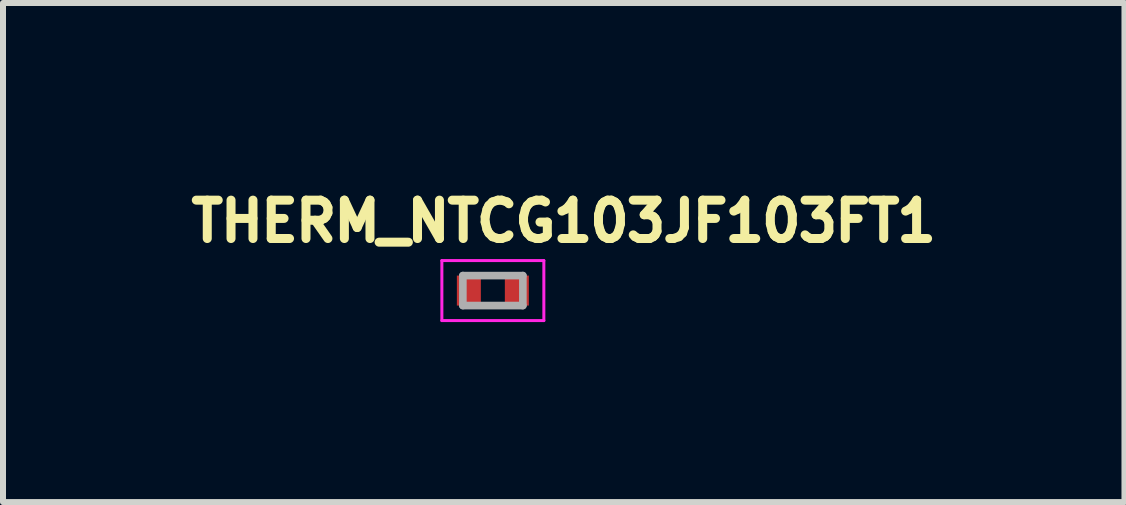
<source format=kicad_pcb>
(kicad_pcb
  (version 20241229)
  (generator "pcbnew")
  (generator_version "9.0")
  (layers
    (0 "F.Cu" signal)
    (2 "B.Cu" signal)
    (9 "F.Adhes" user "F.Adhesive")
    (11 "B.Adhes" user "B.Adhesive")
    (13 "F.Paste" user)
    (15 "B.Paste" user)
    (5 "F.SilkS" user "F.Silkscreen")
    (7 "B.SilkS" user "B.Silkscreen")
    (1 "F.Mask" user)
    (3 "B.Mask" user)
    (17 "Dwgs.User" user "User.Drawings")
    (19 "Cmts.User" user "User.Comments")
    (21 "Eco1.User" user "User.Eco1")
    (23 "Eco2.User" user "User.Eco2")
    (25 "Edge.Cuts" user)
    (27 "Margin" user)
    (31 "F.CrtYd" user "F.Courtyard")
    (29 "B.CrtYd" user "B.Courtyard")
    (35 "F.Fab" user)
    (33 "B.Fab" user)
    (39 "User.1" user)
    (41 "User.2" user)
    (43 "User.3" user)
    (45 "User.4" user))
  (footprint "THERM_NTCG103JF103FT1"
    (layer "F.Cu")
    (at 5.166 1.794)
    (property "Reference" "THERM_NTCG103JF103FT1" (at 1.182 -1.156 0) (layer "F.SilkS") (effects (font (size 0.64 0.64) (thickness 0.15))))
    (attr smd)
    (fp_line (start -0.85 -0.5) (end -0.85 0.5) (stroke (width 0.05) (type solid)) (layer "F.CrtYd"))
    (fp_line (start -0.85 0.5) (end 0.85 0.5) (stroke (width 0.05) (type solid)) (layer "F.CrtYd"))
    (fp_line (start 0.85 -0.5) (end -0.85 -0.5) (stroke (width 0.05) (type solid)) (layer "F.CrtYd"))
    (fp_line (start 0.85 0.5) (end 0.85 -0.5) (stroke (width 0.05) (type solid)) (layer "F.CrtYd"))
    (fp_line (start -0.5 -0.25) (end -0.5 0.25) (stroke (width 0.127) (type solid)) (layer "F.Fab"))
    (fp_line (start -0.5 -0.25) (end 0.5 -0.25) (stroke (width 0.127) (type solid)) (layer "F.Fab"))
    (fp_line (start -0.5 0.25) (end 0.5 0.25) (stroke (width 0.127) (type solid)) (layer "F.Fab"))
    (fp_line (start 0.5 -0.25) (end 0.5 0.25) (stroke (width 0.127) (type solid)) (layer "F.Fab"))
    (pad "1" smd rect (at -0.4 0) (size 0.4 0.5) (layers "F.Cu" "F.Mask" "F.Paste"))
    (pad "2" smd rect (at 0.4 0) (size 0.4 0.5) (layers "F.Cu" "F.Mask" "F.Paste")))
  (gr_rect
    (start -3 -3)
    (end 15.695 5.319)
    (stroke (width 0.1) (type default))
    (fill no)
    (layer "Edge.Cuts")))
</source>
